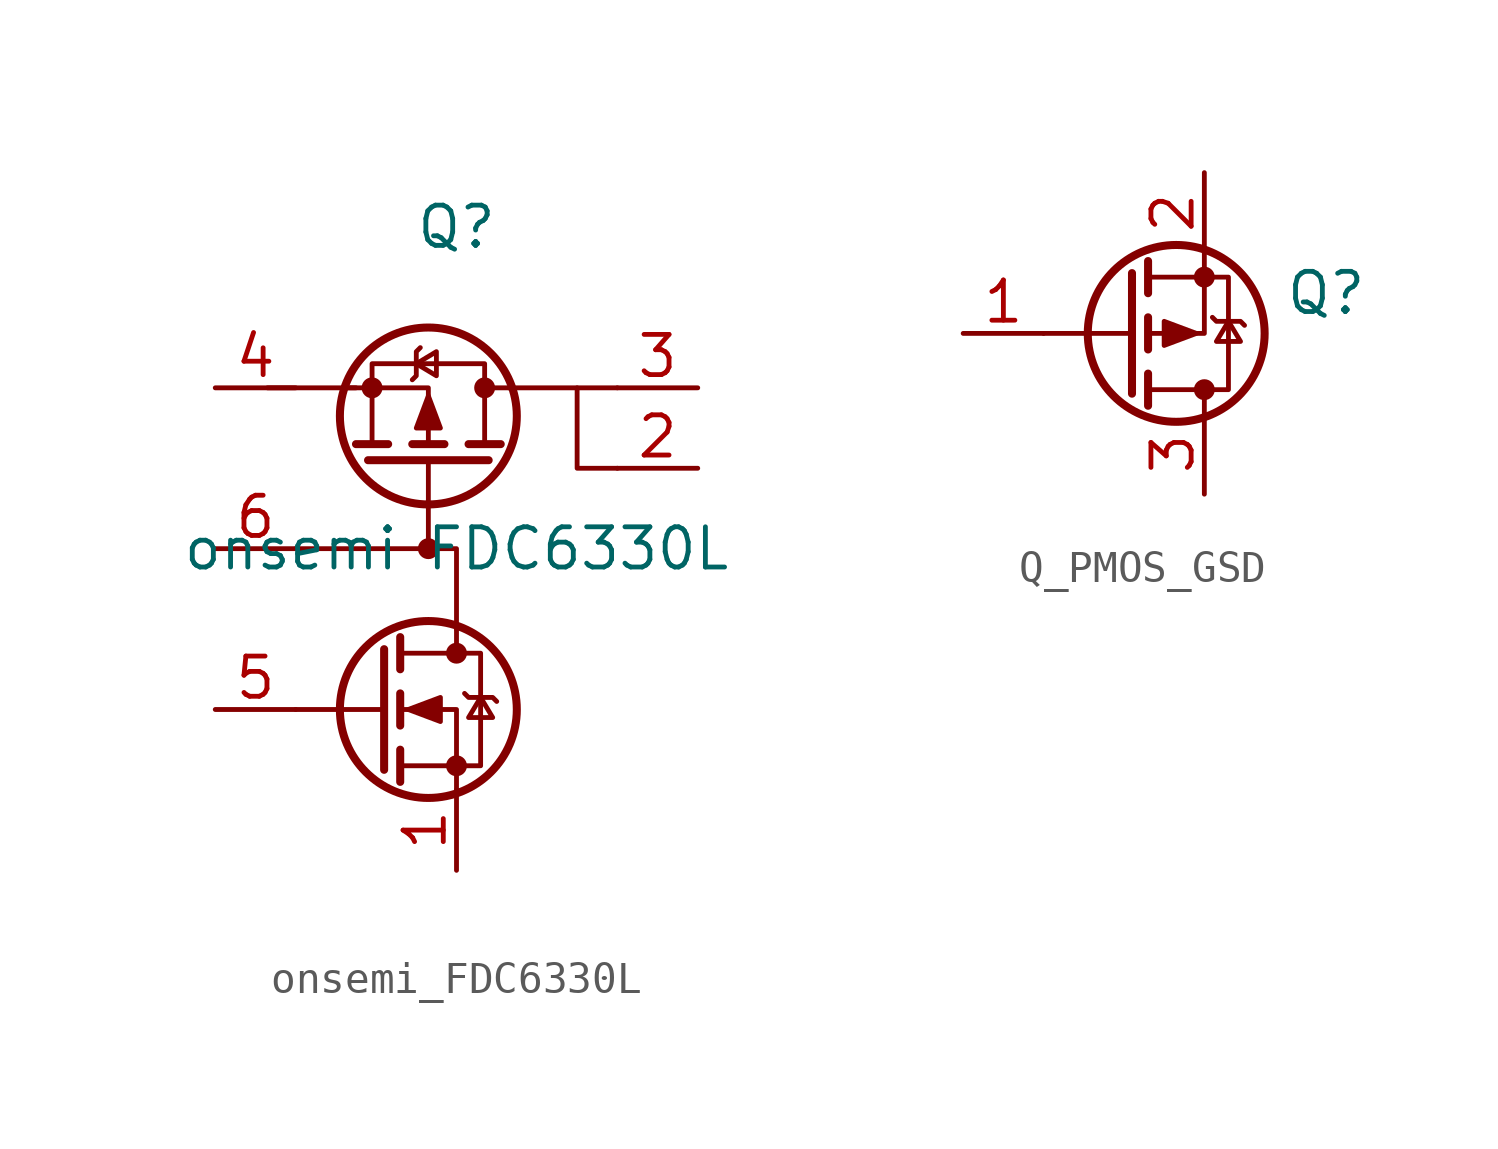
<source format=kicad_sym>
(kicad_symbol_lib
  (version 20220914)
  (generator kicad_symbol_editor)
  (symbol "onsemi_FDC6330L"
    (pin_names hide)
    (property "Reference" "Q"
      (at 0 10.16 0)
      (effects (font (size 1.27 1.27))))
    (property "Value" "onsemi FDC6330L"
      (at 0 0 0)
      (effects (font (size 1.27 1.27))))
    (symbol "onsemi_FDC6330L_0_1"
      (circle (center -0.889 -5.08) (radius 2.794) (stroke (width 0.254) (type default)) (fill (type none)))
      (circle (center 0 -6.858) (radius 0.254) (stroke (width 0) (type default)) (fill (type outline)))
      (circle (center 0 -3.302) (radius 0.254) (stroke (width 0) (type default)) (fill (type outline)))
      (polyline (pts (xy -2.286 -5.08) (xy -5.08 -5.08)) (stroke (width 0) (type default)) (fill (type none)))
      (polyline (pts (xy -2.286 -3.175) (xy -2.286 -6.985)) (stroke (width 0.254) (type default)) (fill (type none)))
      (polyline (pts (xy -1.778 -6.35) (xy -1.778 -7.366)) (stroke (width 0.254) (type default)) (fill (type none)))
      (polyline (pts (xy -1.778 -4.572) (xy -1.778 -5.588)) (stroke (width 0.254) (type default)) (fill (type none)))
      (polyline (pts (xy -1.778 -2.794) (xy -1.778 -3.81)) (stroke (width 0.254) (type default)) (fill (type none)))
      (polyline (pts (xy 0 -2.54) (xy 0 -3.302)) (stroke (width 0) (type default)) (fill (type none)))
      (polyline (pts (xy 5.08 5.08) (xy 1.651 5.08)) (stroke (width 0) (type default)) (fill (type none)))
      (polyline (pts (xy -5.08 0) (xy 0 0) (xy 0 -2.54)) (stroke (width 0) (type default)) (fill (type none)))
      (polyline (pts (xy 0 -7.62) (xy 0 -5.08) (xy -1.778 -5.08)) (stroke (width 0) (type default)) (fill (type none)))
      (polyline (pts (xy 5.08 2.54) (xy 3.81 2.54) (xy 3.81 5.08)) (stroke (width 0) (type default)) (fill (type none)))
      (polyline (pts (xy -1.778 -6.858) (xy 0.762 -6.858) (xy 0.762 -3.302) (xy -1.778 -3.302)) (stroke (width 0) (type default)) (fill (type none))))
    (symbol "onsemi_FDC6330L_1_1"
      (circle (center -2.667 5.08) (radius 0.254) (stroke (width 0) (type default)) (fill (type outline)))
      (circle (center -0.889 0) (radius 0.254) (stroke (width 0) (type default)) (fill (type outline)))
      (circle (center -0.889 4.191) (radius 2.794) (stroke (width 0.254) (type default)) (fill (type none)))
      (polyline (pts (xy -3.175 5.08) (xy -5.969 5.08)) (stroke (width 0) (type default)) (fill (type none)))
      (polyline (pts (xy -2.159 3.302) (xy -3.175 3.302)) (stroke (width 0.254) (type default)) (fill (type none)))
      (polyline (pts (xy -0.889 2.794) (xy -0.889 0)) (stroke (width 0) (type default)) (fill (type none)))
      (polyline (pts (xy -0.381 3.302) (xy -1.397 3.302)) (stroke (width 0.254) (type default)) (fill (type none)))
      (polyline (pts (xy 1.016 2.794) (xy -2.794 2.794)) (stroke (width 0.254) (type default)) (fill (type none)))
      (polyline (pts (xy 1.397 3.302) (xy 0.381 3.302)) (stroke (width 0.254) (type default)) (fill (type none)))
      (polyline (pts (xy 1.651 5.08) (xy 0.889 5.08)) (stroke (width 0) (type default)) (fill (type none)))
      (polyline (pts (xy -3.429 5.08) (xy -0.889 5.08) (xy -0.889 3.302)) (stroke (width 0) (type default)) (fill (type none)))
      (polyline (pts (xy -2.667 3.302) (xy -2.667 5.842) (xy 0.889 5.842) (xy 0.889 3.302)) (stroke (width 0) (type default)) (fill (type none)))
      (polyline (pts (xy -1.524 -5.08) (xy -0.508 -4.699) (xy -0.508 -5.461) (xy -1.524 -5.08)) (stroke (width 0) (type default)) (fill (type outline)))
      (polyline (pts (xy -1.397 5.334) (xy -1.27 5.461) (xy -1.27 6.223) (xy -1.143 6.35)) (stroke (width 0) (type default)) (fill (type none)))
      (polyline (pts (xy -1.27 5.842) (xy -0.635 5.461) (xy -0.635 6.223) (xy -1.27 5.842)) (stroke (width 0) (type default)) (fill (type none)))
      (polyline (pts (xy -0.889 4.826) (xy -0.508 3.81) (xy -1.27 3.81) (xy -0.889 4.826)) (stroke (width 0) (type default)) (fill (type outline)))
      (polyline (pts (xy 0.254 -4.572) (xy 0.381 -4.699) (xy 1.143 -4.699) (xy 1.27 -4.826)) (stroke (width 0) (type default)) (fill (type none)))
      (polyline (pts (xy 0.762 -4.699) (xy 0.381 -5.334) (xy 1.143 -5.334) (xy 0.762 -4.699)) (stroke (width 0) (type default)) (fill (type none)))
      (circle (center 0.889 5.08) (radius 0.254) (stroke (width 0) (type default)) (fill (type outline)))
      (pin passive line (at 0 -10.16 90) (length 2.54) (name "S1" (effects (font (size 1.27 1.27)))) (number "1" (effects (font (size 1.27 1.27)))))
      (pin passive line (at 7.62 2.54 180) (length 2.54) (name "D2" (effects (font (size 1.27 1.27)))) (number "2" (effects (font (size 1.27 1.27)))))
      (pin passive line (at 7.62 5.08 180) (length 2.54) (name "D2" (effects (font (size 1.27 1.27)))) (number "3" (effects (font (size 1.27 1.27)))))
      (pin passive line (at -7.62 5.08 0) (length 2.54) (name "S2" (effects (font (size 1.27 1.27)))) (number "4" (effects (font (size 1.27 1.27)))))
      (pin passive line (at -7.62 -5.08 0) (length 2.54) (name "G1" (effects (font (size 1.27 1.27)))) (number "5" (effects (font (size 1.27 1.27)))))
      (pin passive line (at -7.62 0 0) (length 2.54) (name "D1" (effects (font (size 1.27 1.27)))) (number "6" (effects (font (size 1.27 1.27)))))))
  (symbol "Q_PMOS_GSD"
    (pin_names hide)
    (property "Reference" "Q"
      (at 2.54 1.27 0)
      (do_not_autoplace)
      (effects (font (size 1.27 1.27)) (justify left)))
    (property "Value" ""
      (at 0 0 0)
      (effects (font (size 1.27 1.27))))
    (property "Manufacturer" ""
      (at 0 0 0)
      (effects (font (size 1.27 1.27))))
    (property "MPN" ""
      (at 0 0 0)
      (effects (font (size 1.27 1.27))))
    (symbol "Q_PMOS_GSD_0_1"
      (circle (center -0.889 0) (radius 2.794) (stroke (width 0.254) (type default)) (fill (type none)))
      (circle (center 0 -1.778) (radius 0.254) (stroke (width 0) (type default)) (fill (type outline)))
      (polyline (pts (xy -2.286 -1.905) (xy -2.286 1.905)) (stroke (width 0.254) (type default)) (fill (type none)))
      (polyline (pts (xy -2.286 0) (xy -5.08 0)) (stroke (width 0) (type default)) (fill (type none)))
      (polyline (pts (xy -1.778 -2.286) (xy -1.778 -1.27)) (stroke (width 0.254) (type default)) (fill (type none)))
      (polyline (pts (xy -1.778 -0.508) (xy -1.778 0.508)) (stroke (width 0.254) (type default)) (fill (type none)))
      (polyline (pts (xy -1.778 1.27) (xy -1.778 2.286)) (stroke (width 0.254) (type default)) (fill (type none)))
      (polyline (pts (xy 0 -2.54) (xy 0 -1.778)) (stroke (width 0) (type default)) (fill (type none)))
      (polyline (pts (xy 0 2.54) (xy 0 0) (xy -1.778 0)) (stroke (width 0) (type default)) (fill (type none)))
      (polyline (pts (xy -1.778 -1.778) (xy 0.762 -1.778) (xy 0.762 1.778) (xy -1.778 1.778)) (stroke (width 0) (type default)) (fill (type none)))
      (polyline (pts (xy -0.254 0) (xy -1.27 -0.381) (xy -1.27 0.381) (xy -0.254 0)) (stroke (width 0) (type default)) (fill (type outline)))
      (polyline (pts (xy 0.254 0.508) (xy 0.381 0.381) (xy 1.143 0.381) (xy 1.27 0.254)) (stroke (width 0) (type default)) (fill (type none)))
      (polyline (pts (xy 0.762 0.381) (xy 0.381 -0.254) (xy 1.143 -0.254) (xy 0.762 0.381)) (stroke (width 0) (type default)) (fill (type none)))
      (circle (center 0 1.778) (radius 0.254) (stroke (width 0) (type default)) (fill (type outline))))
    (symbol "Q_PMOS_GSD_1_1"
      (pin input line (at -7.62 0 0) (length 2.54) (name "G" (effects (font (size 1.27 1.27)))) (number "1" (effects (font (size 1.27 1.27)))))
      (pin passive line (at 0 5.08 270) (length 2.54) (name "S" (effects (font (size 1.27 1.27)))) (number "2" (effects (font (size 1.27 1.27)))))
      (pin passive line (at 0 -5.08 90) (length 2.54) (name "D" (effects (font (size 1.27 1.27)))) (number "3" (effects (font (size 1.27 1.27))))))))
</source>
